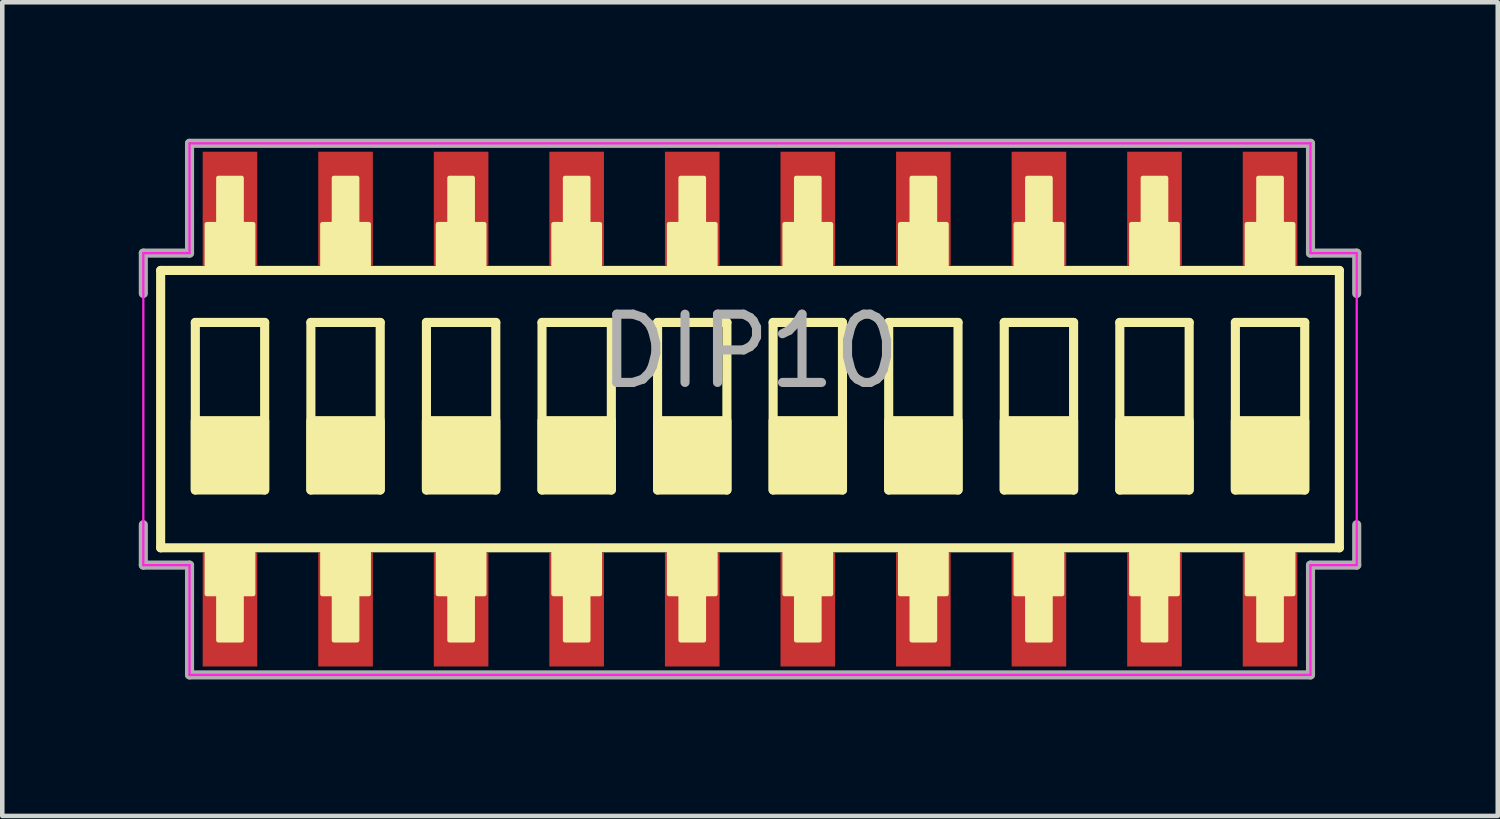
<source format=kicad_pcb>
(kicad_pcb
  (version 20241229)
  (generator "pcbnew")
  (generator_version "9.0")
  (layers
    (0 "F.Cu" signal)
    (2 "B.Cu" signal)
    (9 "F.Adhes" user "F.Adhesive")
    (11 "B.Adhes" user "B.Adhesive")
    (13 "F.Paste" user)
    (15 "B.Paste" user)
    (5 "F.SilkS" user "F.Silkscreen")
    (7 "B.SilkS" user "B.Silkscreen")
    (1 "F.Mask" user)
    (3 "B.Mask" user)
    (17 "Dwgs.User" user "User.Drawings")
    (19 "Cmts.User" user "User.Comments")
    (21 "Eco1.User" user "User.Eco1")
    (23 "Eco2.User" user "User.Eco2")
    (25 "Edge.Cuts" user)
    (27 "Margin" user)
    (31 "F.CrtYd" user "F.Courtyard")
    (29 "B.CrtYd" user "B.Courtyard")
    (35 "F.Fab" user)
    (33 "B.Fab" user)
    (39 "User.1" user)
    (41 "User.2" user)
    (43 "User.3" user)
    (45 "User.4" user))
  (footprint "DIP10"
    (layer "F.Cu")
    (at 13.435 5.942)
    (property "Reference" "DIP10" (at 0 -1.27 180) (layer "F.Fab") (effects (font (size 1.5 1.5) (thickness 0.2))))
    (attr through_hole)
    (fp_line (start -12.954 -3.048) (end -12.954 3.048) (stroke (width 0.2) (type solid)) (layer "F.SilkS"))
    (fp_line (start -12.954 3.048) (end 12.954 3.048) (stroke (width 0.2) (type solid)) (layer "F.SilkS"))
    (fp_line (start -12.192 -1.905) (end -10.668 -1.905) (stroke (width 0.2) (type solid)) (layer "F.SilkS"))
    (fp_line (start -12.192 1.778) (end -12.192 -1.905) (stroke (width 0.2) (type solid)) (layer "F.SilkS"))
    (fp_line (start -10.668 -1.905) (end -10.668 1.778) (stroke (width 0.2) (type solid)) (layer "F.SilkS"))
    (fp_line (start -9.652 -1.905) (end -8.128 -1.905) (stroke (width 0.2) (type solid)) (layer "F.SilkS"))
    (fp_line (start -9.652 1.778) (end -9.652 -1.905) (stroke (width 0.2) (type solid)) (layer "F.SilkS"))
    (fp_line (start -8.128 -1.905) (end -8.128 1.778) (stroke (width 0.2) (type solid)) (layer "F.SilkS"))
    (fp_line (start -7.112 -1.905) (end -5.588 -1.905) (stroke (width 0.2) (type solid)) (layer "F.SilkS"))
    (fp_line (start -7.112 1.778) (end -7.112 -1.905) (stroke (width 0.2) (type solid)) (layer "F.SilkS"))
    (fp_line (start -5.588 -1.905) (end -5.588 1.778) (stroke (width 0.2) (type solid)) (layer "F.SilkS"))
    (fp_line (start -4.572 -1.905) (end -3.048 -1.905) (stroke (width 0.2) (type solid)) (layer "F.SilkS"))
    (fp_line (start -4.572 1.778) (end -4.572 -1.905) (stroke (width 0.2) (type solid)) (layer "F.SilkS"))
    (fp_line (start -3.048 -1.905) (end -3.048 1.778) (stroke (width 0.2) (type solid)) (layer "F.SilkS"))
    (fp_line (start -2.032 -1.905) (end -0.508 -1.905) (stroke (width 0.2) (type solid)) (layer "F.SilkS"))
    (fp_line (start -2.032 1.778) (end -2.032 -1.905) (stroke (width 0.2) (type solid)) (layer "F.SilkS"))
    (fp_line (start -0.508 -1.905) (end -0.508 1.778) (stroke (width 0.2) (type solid)) (layer "F.SilkS"))
    (fp_line (start 0.508 -1.905) (end 2.032 -1.905) (stroke (width 0.2) (type solid)) (layer "F.SilkS"))
    (fp_line (start 0.508 1.778) (end 0.508 -1.905) (stroke (width 0.2) (type solid)) (layer "F.SilkS"))
    (fp_line (start 2.032 -1.905) (end 2.032 1.778) (stroke (width 0.2) (type solid)) (layer "F.SilkS"))
    (fp_line (start 3.048 -1.905) (end 4.572 -1.905) (stroke (width 0.2) (type solid)) (layer "F.SilkS"))
    (fp_line (start 3.048 1.778) (end 3.048 -1.905) (stroke (width 0.2) (type solid)) (layer "F.SilkS"))
    (fp_line (start 4.572 -1.905) (end 4.572 1.778) (stroke (width 0.2) (type solid)) (layer "F.SilkS"))
    (fp_line (start 5.588 -1.905) (end 7.112 -1.905) (stroke (width 0.2) (type solid)) (layer "F.SilkS"))
    (fp_line (start 5.588 1.778) (end 5.588 -1.905) (stroke (width 0.2) (type solid)) (layer "F.SilkS"))
    (fp_line (start 7.112 -1.905) (end 7.112 1.778) (stroke (width 0.2) (type solid)) (layer "F.SilkS"))
    (fp_line (start 8.128 -1.905) (end 9.652 -1.905) (stroke (width 0.2) (type solid)) (layer "F.SilkS"))
    (fp_line (start 8.128 1.778) (end 8.128 -1.905) (stroke (width 0.2) (type solid)) (layer "F.SilkS"))
    (fp_line (start 9.652 -1.905) (end 9.652 1.778) (stroke (width 0.2) (type solid)) (layer "F.SilkS"))
    (fp_line (start 10.668 -1.905) (end 12.192 -1.905) (stroke (width 0.2) (type solid)) (layer "F.SilkS"))
    (fp_line (start 10.668 1.778) (end 10.668 -1.905) (stroke (width 0.2) (type solid)) (layer "F.SilkS"))
    (fp_line (start 12.192 -1.905) (end 12.192 1.778) (stroke (width 0.2) (type solid)) (layer "F.SilkS"))
    (fp_line (start 12.954 -3.048) (end -12.954 -3.048) (stroke (width 0.2) (type solid)) (layer "F.SilkS"))
    (fp_line (start 12.954 -3.048) (end 12.954 3.048) (stroke (width 0.2) (type solid)) (layer "F.SilkS"))
    (fp_poly (pts (xy -10.668 1.778) (xy -12.192 1.778) (xy -12.192 0.254) (xy -10.668 0.254)) (stroke (width 0.2) (type solid)) (fill yes) (layer "F.SilkS"))
    (fp_poly (pts (xy -8.128 1.778) (xy -9.652 1.778) (xy -9.652 0.254) (xy -8.128 0.254)) (stroke (width 0.2) (type solid)) (fill yes) (layer "F.SilkS"))
    (fp_poly (pts (xy -5.588 1.778) (xy -7.112 1.778) (xy -7.112 0.254) (xy -5.588 0.254)) (stroke (width 0.2) (type solid)) (fill yes) (layer "F.SilkS"))
    (fp_poly (pts (xy -3.048 1.778) (xy -4.572 1.778) (xy -4.572 0.254) (xy -3.048 0.254)) (stroke (width 0.2) (type solid)) (fill yes) (layer "F.SilkS"))
    (fp_poly (pts (xy -0.508 1.778) (xy -2.032 1.778) (xy -2.032 0.254) (xy -0.508 0.254)) (stroke (width 0.2) (type solid)) (fill yes) (layer "F.SilkS"))
    (fp_poly (pts (xy 2.032 1.778) (xy 0.508 1.778) (xy 0.508 0.254) (xy 2.032 0.254)) (stroke (width 0.2) (type solid)) (fill yes) (layer "F.SilkS"))
    (fp_poly (pts (xy 4.572 1.778) (xy 3.048 1.778) (xy 3.048 0.254) (xy 4.572 0.254)) (stroke (width 0.2) (type solid)) (fill yes) (layer "F.SilkS"))
    (fp_poly (pts (xy 7.112 1.778) (xy 5.588 1.778) (xy 5.588 0.254) (xy 7.112 0.254)) (stroke (width 0.2) (type solid)) (fill yes) (layer "F.SilkS"))
    (fp_poly (pts (xy 9.652 1.778) (xy 8.128 1.778) (xy 8.128 0.254) (xy 9.652 0.254)) (stroke (width 0.2) (type solid)) (fill yes) (layer "F.SilkS"))
    (fp_poly (pts (xy 12.192 1.778) (xy 10.668 1.778) (xy 10.668 0.254) (xy 12.192 0.254)) (stroke (width 0.2) (type solid)) (fill yes) (layer "F.SilkS"))
    (fp_poly (pts (xy -11.684 4.064) (xy -11.938 4.064) (xy -11.938 3.048) (xy -10.922 3.048) (xy -10.922 4.064) (xy -11.176 4.064) (xy -11.176 5.08) (xy -11.684 5.08)) (stroke (width 0.1) (type solid)) (fill yes) (layer "F.SilkS"))
    (fp_poly (pts (xy -11.176 -4.064) (xy -10.922 -4.064) (xy -10.922 -3.048) (xy -11.938 -3.048) (xy -11.938 -4.064) (xy -11.684 -4.064) (xy -11.684 -5.08) (xy -11.176 -5.08)) (stroke (width 0.1) (type solid)) (fill yes) (layer "F.SilkS"))
    (fp_poly (pts (xy -9.144 4.064) (xy -9.398 4.064) (xy -9.398 3.048) (xy -8.382 3.048) (xy -8.382 4.064) (xy -8.636 4.064) (xy -8.636 5.08) (xy -9.144 5.08)) (stroke (width 0.1) (type solid)) (fill yes) (layer "F.SilkS"))
    (fp_poly (pts (xy -8.636 -4.064) (xy -8.382 -4.064) (xy -8.382 -3.048) (xy -9.398 -3.048) (xy -9.398 -4.064) (xy -9.144 -4.064) (xy -9.144 -5.08) (xy -8.636 -5.08)) (stroke (width 0.1) (type solid)) (fill yes) (layer "F.SilkS"))
    (fp_poly (pts (xy -6.604 4.064) (xy -6.858 4.064) (xy -6.858 3.048) (xy -5.842 3.048) (xy -5.842 4.064) (xy -6.096 4.064) (xy -6.096 5.08) (xy -6.604 5.08)) (stroke (width 0.1) (type solid)) (fill yes) (layer "F.SilkS"))
    (fp_poly (pts (xy -6.096 -4.064) (xy -5.842 -4.064) (xy -5.842 -3.048) (xy -6.858 -3.048) (xy -6.858 -4.064) (xy -6.604 -4.064) (xy -6.604 -5.08) (xy -6.096 -5.08)) (stroke (width 0.1) (type solid)) (fill yes) (layer "F.SilkS"))
    (fp_poly (pts (xy -4.064 4.064) (xy -4.318 4.064) (xy -4.318 3.048) (xy -3.302 3.048) (xy -3.302 4.064) (xy -3.556 4.064) (xy -3.556 5.08) (xy -4.064 5.08)) (stroke (width 0.1) (type solid)) (fill yes) (layer "F.SilkS"))
    (fp_poly (pts (xy -3.556 -4.064) (xy -3.302 -4.064) (xy -3.302 -3.048) (xy -4.318 -3.048) (xy -4.318 -4.064) (xy -4.064 -4.064) (xy -4.064 -5.08) (xy -3.556 -5.08)) (stroke (width 0.1) (type solid)) (fill yes) (layer "F.SilkS"))
    (fp_poly (pts (xy -1.524 4.064) (xy -1.778 4.064) (xy -1.778 3.048) (xy -0.762 3.048) (xy -0.762 4.064) (xy -1.016 4.064) (xy -1.016 5.08) (xy -1.524 5.08)) (stroke (width 0.1) (type solid)) (fill yes) (layer "F.SilkS"))
    (fp_poly (pts (xy -1.016 -4.064) (xy -0.762 -4.064) (xy -0.762 -3.048) (xy -1.778 -3.048) (xy -1.778 -4.064) (xy -1.524 -4.064) (xy -1.524 -5.08) (xy -1.016 -5.08)) (stroke (width 0.1) (type solid)) (fill yes) (layer "F.SilkS"))
    (fp_poly (pts (xy 1.016 4.064) (xy 0.762 4.064) (xy 0.762 3.048) (xy 1.778 3.048) (xy 1.778 4.064) (xy 1.524 4.064) (xy 1.524 5.08) (xy 1.016 5.08)) (stroke (width 0.1) (type solid)) (fill yes) (layer "F.SilkS"))
    (fp_poly (pts (xy 1.524 -4.064) (xy 1.778 -4.064) (xy 1.778 -3.048) (xy 0.762 -3.048) (xy 0.762 -4.064) (xy 1.016 -4.064) (xy 1.016 -5.08) (xy 1.524 -5.08)) (stroke (width 0.1) (type solid)) (fill yes) (layer "F.SilkS"))
    (fp_poly (pts (xy 3.556 4.064) (xy 3.302 4.064) (xy 3.302 3.048) (xy 4.318 3.048) (xy 4.318 4.064) (xy 4.064 4.064) (xy 4.064 5.08) (xy 3.556 5.08)) (stroke (width 0.1) (type solid)) (fill yes) (layer "F.SilkS"))
    (fp_poly (pts (xy 4.064 -4.064) (xy 4.318 -4.064) (xy 4.318 -3.048) (xy 3.302 -3.048) (xy 3.302 -4.064) (xy 3.556 -4.064) (xy 3.556 -5.08) (xy 4.064 -5.08)) (stroke (width 0.1) (type solid)) (fill yes) (layer "F.SilkS"))
    (fp_poly (pts (xy 6.096 4.064) (xy 5.842 4.064) (xy 5.842 3.048) (xy 6.858 3.048) (xy 6.858 4.064) (xy 6.604 4.064) (xy 6.604 5.08) (xy 6.096 5.08)) (stroke (width 0.1) (type solid)) (fill yes) (layer "F.SilkS"))
    (fp_poly (pts (xy 6.604 -4.064) (xy 6.858 -4.064) (xy 6.858 -3.048) (xy 5.842 -3.048) (xy 5.842 -4.064) (xy 6.096 -4.064) (xy 6.096 -5.08) (xy 6.604 -5.08)) (stroke (width 0.1) (type solid)) (fill yes) (layer "F.SilkS"))
    (fp_poly (pts (xy 8.636 4.064) (xy 8.382 4.064) (xy 8.382 3.048) (xy 9.398 3.048) (xy 9.398 4.064) (xy 9.144 4.064) (xy 9.144 5.08) (xy 8.636 5.08)) (stroke (width 0.1) (type solid)) (fill yes) (layer "F.SilkS"))
    (fp_poly (pts (xy 9.144 -4.064) (xy 9.398 -4.064) (xy 9.398 -3.048) (xy 8.382 -3.048) (xy 8.382 -4.064) (xy 8.636 -4.064) (xy 8.636 -5.08) (xy 9.144 -5.08)) (stroke (width 0.1) (type solid)) (fill yes) (layer "F.SilkS"))
    (fp_poly (pts (xy 11.176 4.064) (xy 10.922 4.064) (xy 10.922 3.048) (xy 11.938 3.048) (xy 11.938 4.064) (xy 11.684 4.064) (xy 11.684 5.08) (xy 11.176 5.08)) (stroke (width 0.1) (type solid)) (fill yes) (layer "F.SilkS"))
    (fp_poly (pts (xy 11.684 -4.064) (xy 11.938 -4.064) (xy 11.938 -3.048) (xy 10.922 -3.048) (xy 10.922 -4.064) (xy 11.176 -4.064) (xy 11.176 -5.08) (xy 11.684 -5.08)) (stroke (width 0.1) (type solid)) (fill yes) (layer "F.SilkS"))
    (fp_line (start -13.335 3.429) (end -13.335 -3.429) (stroke (width 0.05) (type solid)) (layer "F.CrtYd"))
    (fp_line (start -12.319 -3.429) (end -13.335 -3.429) (stroke (width 0.05) (type solid)) (layer "F.CrtYd"))
    (fp_line (start -12.319 -3.429) (end -12.319 -5.842) (stroke (width 0.05) (type solid)) (layer "F.CrtYd"))
    (fp_line (start -12.319 3.429) (end -13.335 3.429) (stroke (width 0.05) (type solid)) (layer "F.CrtYd"))
    (fp_line (start -12.319 5.842) (end -12.319 3.429) (stroke (width 0.05) (type solid)) (layer "F.CrtYd"))
    (fp_line (start 12.319 -5.842) (end -12.319 -5.842) (stroke (width 0.05) (type solid)) (layer "F.CrtYd"))
    (fp_line (start 12.319 -3.429) (end 12.319 -5.842) (stroke (width 0.05) (type solid)) (layer "F.CrtYd"))
    (fp_line (start 12.319 5.842) (end -12.319 5.842) (stroke (width 0.05) (type solid)) (layer "F.CrtYd"))
    (fp_line (start 12.319 5.842) (end 12.319 3.429) (stroke (width 0.05) (type solid)) (layer "F.CrtYd"))
    (fp_line (start 13.335 -3.429) (end 12.319 -3.429) (stroke (width 0.05) (type solid)) (layer "F.CrtYd"))
    (fp_line (start 13.335 3.429) (end 12.319 3.429) (stroke (width 0.05) (type solid)) (layer "F.CrtYd"))
    (fp_line (start 13.335 3.429) (end 13.335 -3.429) (stroke (width 0.05) (type solid)) (layer "F.CrtYd"))
    (fp_line (start -13.335 -3.429) (end -13.335 -2.54) (stroke (width 0.2) (type solid)) (layer "F.Fab"))
    (fp_line (start -13.335 2.54) (end -13.335 3.429) (stroke (width 0.2) (type solid)) (layer "F.Fab"))
    (fp_line (start -12.319 -5.842) (end -12.319 -3.429) (stroke (width 0.2) (type solid)) (layer "F.Fab"))
    (fp_line (start -12.319 -5.842) (end 12.319 -5.842) (stroke (width 0.2) (type solid)) (layer "F.Fab"))
    (fp_line (start -12.319 -3.429) (end -13.335 -3.429) (stroke (width 0.2) (type solid)) (layer "F.Fab"))
    (fp_line (start -12.319 3.429) (end -13.335 3.429) (stroke (width 0.2) (type solid)) (layer "F.Fab"))
    (fp_line (start -12.319 3.429) (end -12.319 5.842) (stroke (width 0.2) (type solid)) (layer "F.Fab"))
    (fp_line (start -12.319 5.842) (end 12.319 5.842) (stroke (width 0.2) (type solid)) (layer "F.Fab"))
    (fp_line (start 12.319 -5.842) (end 12.319 -3.429) (stroke (width 0.2) (type solid)) (layer "F.Fab"))
    (fp_line (start 12.319 3.429) (end 12.319 5.842) (stroke (width 0.2) (type solid)) (layer "F.Fab"))
    (fp_line (start 13.335 -3.429) (end 12.319 -3.429) (stroke (width 0.2) (type solid)) (layer "F.Fab"))
    (fp_line (start 13.335 -3.429) (end 13.335 -2.54) (stroke (width 0.2) (type solid)) (layer "F.Fab"))
    (fp_line (start 13.335 2.54) (end 13.335 3.429) (stroke (width 0.2) (type solid)) (layer "F.Fab"))
    (fp_line (start 13.335 3.429) (end 12.319 3.429) (stroke (width 0.2) (type solid)) (layer "F.Fab"))
    (pad "1" smd rect (at -11.43 4.407) (size 1.2 2.5) (layers "F.Cu" "F.Mask" "F.Paste"))
    (pad "2" smd rect (at -11.43 -4.407) (size 1.2 2.5) (layers "F.Cu" "F.Mask" "F.Paste"))
    (pad "3" smd rect (at -8.89 4.407) (size 1.2 2.5) (layers "F.Cu" "F.Mask" "F.Paste"))
    (pad "4" smd rect (at -8.89 -4.407) (size 1.2 2.5) (layers "F.Cu" "F.Mask" "F.Paste"))
    (pad "5" smd rect (at -6.35 4.407) (size 1.2 2.5) (layers "F.Cu" "F.Mask" "F.Paste"))
    (pad "6" smd rect (at -6.35 -4.407) (size 1.2 2.5) (layers "F.Cu" "F.Mask" "F.Paste"))
    (pad "7" smd rect (at -3.81 4.407) (size 1.2 2.5) (layers "F.Cu" "F.Mask" "F.Paste"))
    (pad "8" smd rect (at -3.81 -4.407) (size 1.2 2.5) (layers "F.Cu" "F.Mask" "F.Paste"))
    (pad "9" smd rect (at -1.27 4.407) (size 1.2 2.5) (layers "F.Cu" "F.Mask" "F.Paste"))
    (pad "10" smd rect (at -1.27 -4.407) (size 1.2 2.5) (layers "F.Cu" "F.Mask" "F.Paste"))
    (pad "11" smd rect (at 1.27 4.407) (size 1.2 2.5) (layers "F.Cu" "F.Mask" "F.Paste"))
    (pad "12" smd rect (at 1.27 -4.407) (size 1.2 2.5) (layers "F.Cu" "F.Mask" "F.Paste"))
    (pad "13" smd rect (at 3.81 4.407) (size 1.2 2.5) (layers "F.Cu" "F.Mask" "F.Paste"))
    (pad "14" smd rect (at 3.81 -4.407) (size 1.2 2.5) (layers "F.Cu" "F.Mask" "F.Paste"))
    (pad "15" smd rect (at 6.35 4.407) (size 1.2 2.5) (layers "F.Cu" "F.Mask" "F.Paste"))
    (pad "16" smd rect (at 6.35 -4.407) (size 1.2 2.5) (layers "F.Cu" "F.Mask" "F.Paste"))
    (pad "17" smd rect (at 8.89 4.407) (size 1.2 2.5) (layers "F.Cu" "F.Mask" "F.Paste"))
    (pad "18" smd rect (at 8.89 -4.407) (size 1.2 2.5) (layers "F.Cu" "F.Mask" "F.Paste"))
    (pad "19" smd rect (at 11.43 4.407) (size 1.2 2.5) (layers "F.Cu" "F.Mask" "F.Paste"))
    (pad "20" smd rect (at 11.43 -4.407) (size 1.2 2.5) (layers "F.Cu" "F.Mask" "F.Paste")))
  (gr_rect
    (start -3 -3)
    (end 29.87 14.884)
    (stroke (width 0.1) (type default))
    (fill no)
    (layer "Edge.Cuts")))
</source>
